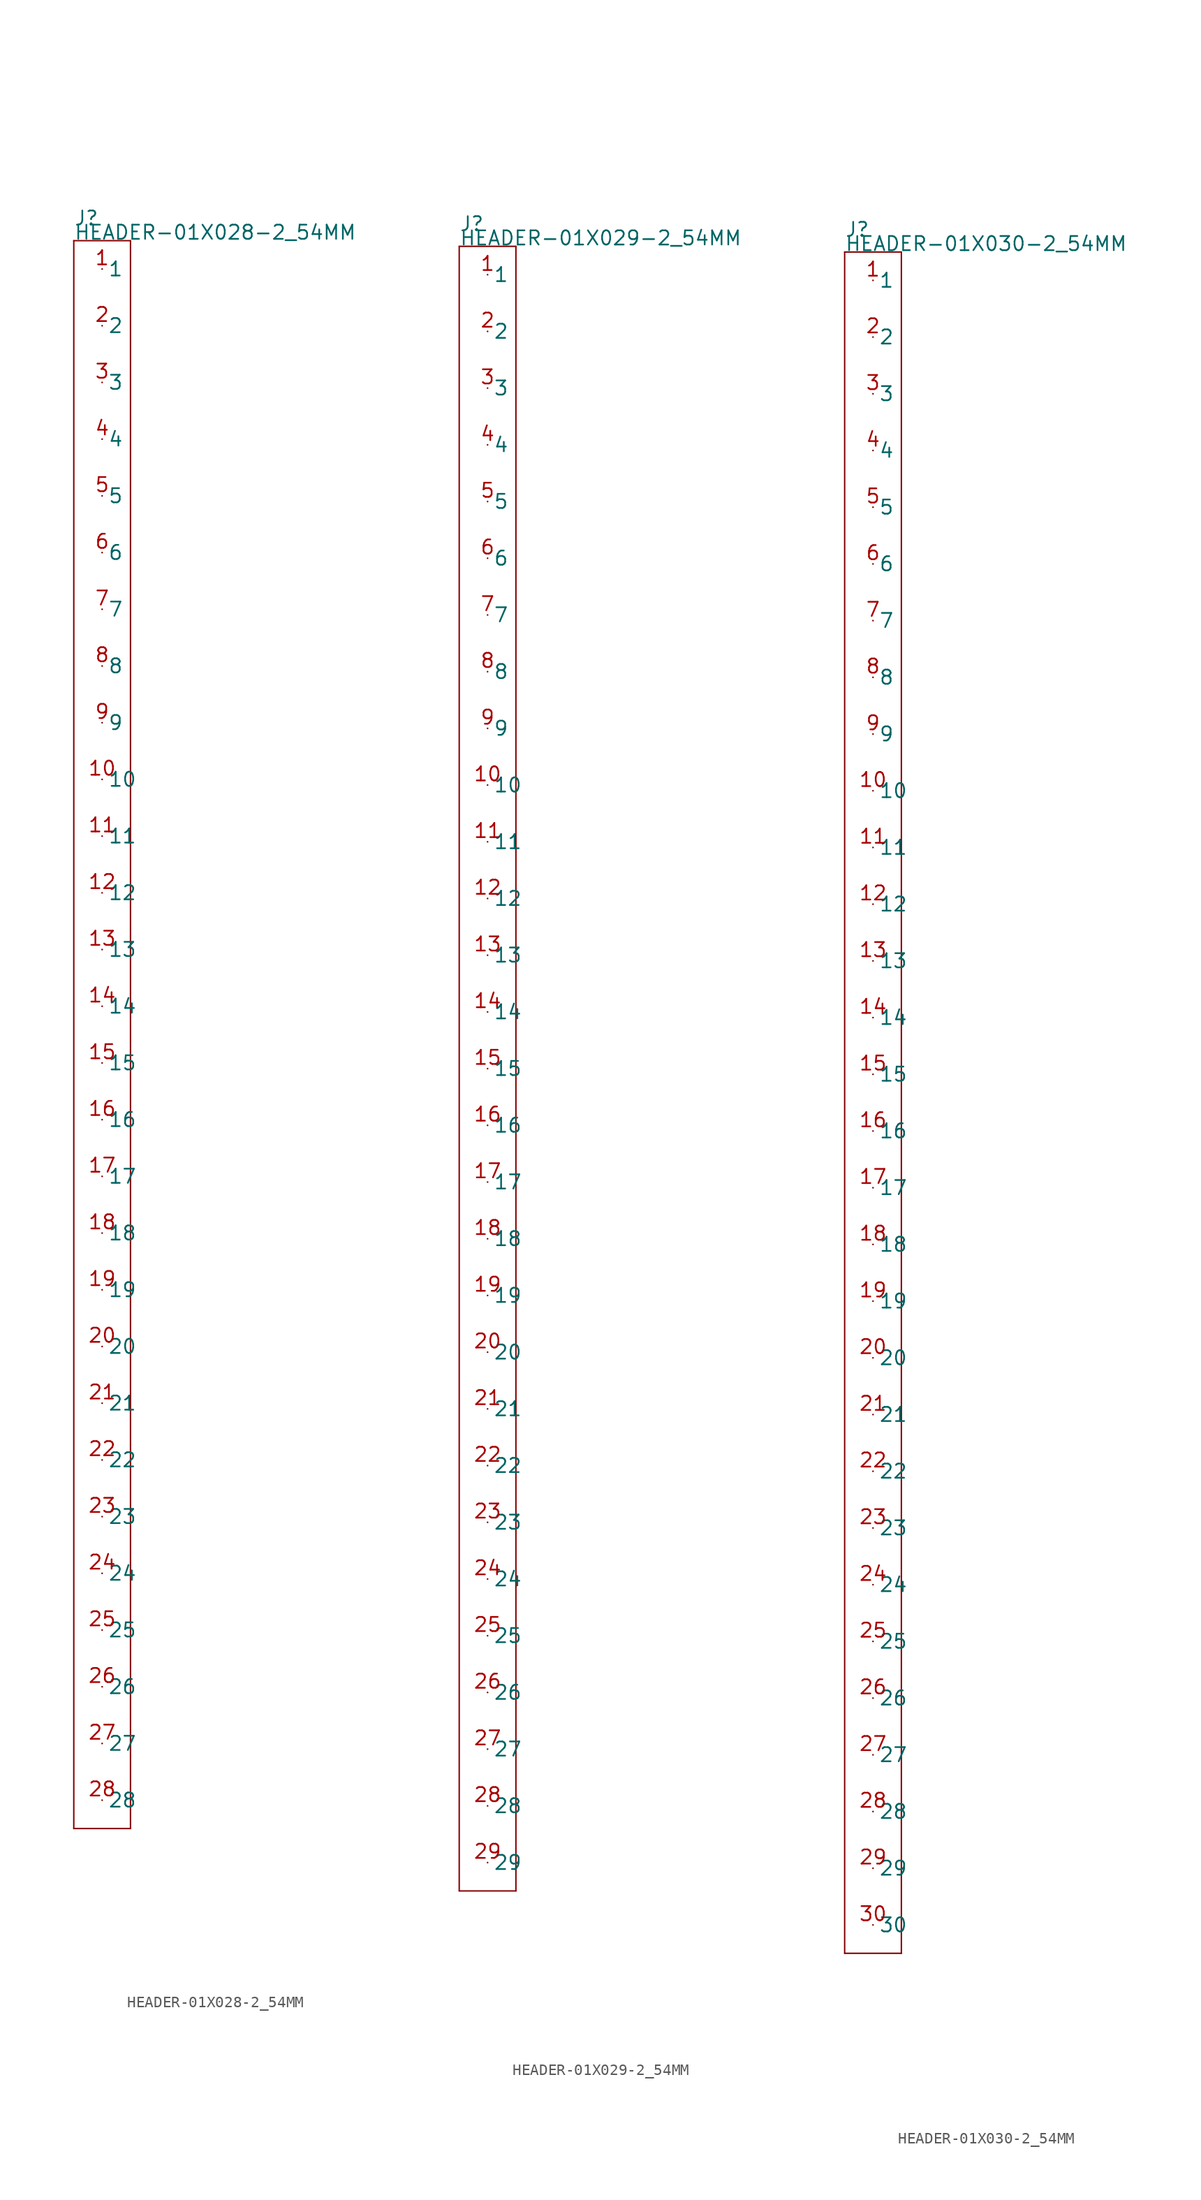
<source format=kicad_sym>
(kicad_symbol_lib
  (version 20211014)
  (generator kicad_symbol_editor)
  (symbol "HEADER-01X028-2_54MM"
    (pin_names)
    (property "Reference" "J"
      (at -2.54 72.39 0)
      (effects (font (size 1.27 1.27)) (justify left bottom)))
    (property "Value" "HEADER-01X028-2_54MM"
      (at -2.54 71.12 0)
      (effects (font (size 1.27 1.27)) (justify left bottom)))
    (property "Datasheet" ""
      (at 0 0 0))
    (property "ki_description" "Header 1x28  - Header Vertical 28POS 2.54MM Technical Specifications: Pitch: 0.1\" (2.54mm) "
      (at 0 0 0))
    (property "ki_fp_filters" "FlashPCB_Connectors:HEADER-THT-01X028-2_54MM FlashPCB_Connectors:HEADER-THT-LONG-01X028-2_54MM FlashPCB_Connectors:HEADER-THT-NOSILK-01X028-2_54MM FlashPCB_Connectors:HEADER-THT-LONG-NOSILK-01X028-2_54MM"
      (at 0 0 0))
    (symbol "HEADER-01X028-2_54MM_1_1"
      (polyline (pts (xy -2.54 71.12) (xy 2.54 71.12)) (stroke (width 0.127)) (fill (type none)))
      (polyline (pts (xy 2.54 71.12) (xy 2.54 -71.12)) (stroke (width 0.127)) (fill (type none)))
      (polyline (pts (xy 2.54 -71.12) (xy -2.54 -71.12)) (stroke (width 0.127)) (fill (type none)))
      (polyline (pts (xy -2.54 -71.12) (xy -2.54 71.12)) (stroke (width 0.127)) (fill (type none)))
      (pin bidirectional line (at 0 68.58 0) (length 0) (name "1" (effects (font (size 1.27 1.27)))) (number "1" (effects (font (size 1.27 1.27)))))
      (pin bidirectional line (at 0 63.5 0) (length 0) (name "2" (effects (font (size 1.27 1.27)))) (number "2" (effects (font (size 1.27 1.27)))))
      (pin bidirectional line (at 0 58.42 0) (length 0) (name "3" (effects (font (size 1.27 1.27)))) (number "3" (effects (font (size 1.27 1.27)))))
      (pin bidirectional line (at 0 53.34 0) (length 0) (name "4" (effects (font (size 1.27 1.27)))) (number "4" (effects (font (size 1.27 1.27)))))
      (pin bidirectional line (at 0 48.26 0) (length 0) (name "5" (effects (font (size 1.27 1.27)))) (number "5" (effects (font (size 1.27 1.27)))))
      (pin bidirectional line (at 0 43.18 0) (length 0) (name "6" (effects (font (size 1.27 1.27)))) (number "6" (effects (font (size 1.27 1.27)))))
      (pin bidirectional line (at 0 38.1 0) (length 0) (name "7" (effects (font (size 1.27 1.27)))) (number "7" (effects (font (size 1.27 1.27)))))
      (pin bidirectional line (at 0 33.02 0) (length 0) (name "8" (effects (font (size 1.27 1.27)))) (number "8" (effects (font (size 1.27 1.27)))))
      (pin bidirectional line (at 0 27.94 0) (length 0) (name "9" (effects (font (size 1.27 1.27)))) (number "9" (effects (font (size 1.27 1.27)))))
      (pin bidirectional line (at 0 22.86 0) (length 0) (name "10" (effects (font (size 1.27 1.27)))) (number "10" (effects (font (size 1.27 1.27)))))
      (pin bidirectional line (at 0 17.78 0) (length 0) (name "11" (effects (font (size 1.27 1.27)))) (number "11" (effects (font (size 1.27 1.27)))))
      (pin bidirectional line (at 0 12.7 0) (length 0) (name "12" (effects (font (size 1.27 1.27)))) (number "12" (effects (font (size 1.27 1.27)))))
      (pin bidirectional line (at 0 7.62 0) (length 0) (name "13" (effects (font (size 1.27 1.27)))) (number "13" (effects (font (size 1.27 1.27)))))
      (pin bidirectional line (at 0 2.54 0) (length 0) (name "14" (effects (font (size 1.27 1.27)))) (number "14" (effects (font (size 1.27 1.27)))))
      (pin bidirectional line (at 0 -2.54 0) (length 0) (name "15" (effects (font (size 1.27 1.27)))) (number "15" (effects (font (size 1.27 1.27)))))
      (pin bidirectional line (at 0 -7.62 0) (length 0) (name "16" (effects (font (size 1.27 1.27)))) (number "16" (effects (font (size 1.27 1.27)))))
      (pin bidirectional line (at 0 -12.7 0) (length 0) (name "17" (effects (font (size 1.27 1.27)))) (number "17" (effects (font (size 1.27 1.27)))))
      (pin bidirectional line (at 0 -17.78 0) (length 0) (name "18" (effects (font (size 1.27 1.27)))) (number "18" (effects (font (size 1.27 1.27)))))
      (pin bidirectional line (at 0 -22.86 0) (length 0) (name "19" (effects (font (size 1.27 1.27)))) (number "19" (effects (font (size 1.27 1.27)))))
      (pin bidirectional line (at 0 -27.94 0) (length 0) (name "20" (effects (font (size 1.27 1.27)))) (number "20" (effects (font (size 1.27 1.27)))))
      (pin bidirectional line (at 0 -33.02 0) (length 0) (name "21" (effects (font (size 1.27 1.27)))) (number "21" (effects (font (size 1.27 1.27)))))
      (pin bidirectional line (at 0 -38.1 0) (length 0) (name "22" (effects (font (size 1.27 1.27)))) (number "22" (effects (font (size 1.27 1.27)))))
      (pin bidirectional line (at 0 -43.18 0) (length 0) (name "23" (effects (font (size 1.27 1.27)))) (number "23" (effects (font (size 1.27 1.27)))))
      (pin bidirectional line (at 0 -48.26 0) (length 0) (name "24" (effects (font (size 1.27 1.27)))) (number "24" (effects (font (size 1.27 1.27)))))
      (pin bidirectional line (at 0 -53.34 0) (length 0) (name "25" (effects (font (size 1.27 1.27)))) (number "25" (effects (font (size 1.27 1.27)))))
      (pin bidirectional line (at 0 -58.42 0) (length 0) (name "26" (effects (font (size 1.27 1.27)))) (number "26" (effects (font (size 1.27 1.27)))))
      (pin bidirectional line (at 0 -63.5 0) (length 0) (name "27" (effects (font (size 1.27 1.27)))) (number "27" (effects (font (size 1.27 1.27)))))
      (pin bidirectional line (at 0 -68.58 0) (length 0) (name "28" (effects (font (size 1.27 1.27)))) (number "28" (effects (font (size 1.27 1.27)))))))
  (symbol "HEADER-01X029-2_54MM"
    (pin_names)
    (property "Reference" "J"
      (at -2.54 74.93 0)
      (effects (font (size 1.27 1.27)) (justify left bottom)))
    (property "Value" "HEADER-01X029-2_54MM"
      (at -2.54 73.66 0)
      (effects (font (size 1.27 1.27)) (justify left bottom)))
    (property "Datasheet" ""
      (at 0 0 0))
    (property "ki_description" "Header 1x29  - Header Vertical 29POS 2.54MM Technical Specifications: Pitch: 0.1\" (2.54mm) "
      (at 0 0 0))
    (property "ki_fp_filters" "FlashPCB_Connectors:HEADER-THT-01X029-2_54MM FlashPCB_Connectors:HEADER-THT-LONG-01X029-2_54MM FlashPCB_Connectors:HEADER-THT-NOSILK-01X029-2_54MM FlashPCB_Connectors:HEADER-THT-LONG-NOSILK-01X029-2_54MM"
      (at 0 0 0))
    (symbol "HEADER-01X029-2_54MM_1_1"
      (polyline (pts (xy -2.54 73.66) (xy 2.54 73.66)) (stroke (width 0.127)) (fill (type none)))
      (polyline (pts (xy 2.54 73.66) (xy 2.54 -73.66)) (stroke (width 0.127)) (fill (type none)))
      (polyline (pts (xy 2.54 -73.66) (xy -2.54 -73.66)) (stroke (width 0.127)) (fill (type none)))
      (polyline (pts (xy -2.54 -73.66) (xy -2.54 73.66)) (stroke (width 0.127)) (fill (type none)))
      (pin bidirectional line (at 0 71.12 0) (length 0) (name "1" (effects (font (size 1.27 1.27)))) (number "1" (effects (font (size 1.27 1.27)))))
      (pin bidirectional line (at 0 66.04 0) (length 0) (name "2" (effects (font (size 1.27 1.27)))) (number "2" (effects (font (size 1.27 1.27)))))
      (pin bidirectional line (at 0 60.96 0) (length 0) (name "3" (effects (font (size 1.27 1.27)))) (number "3" (effects (font (size 1.27 1.27)))))
      (pin bidirectional line (at 0 55.88 0) (length 0) (name "4" (effects (font (size 1.27 1.27)))) (number "4" (effects (font (size 1.27 1.27)))))
      (pin bidirectional line (at 0 50.8 0) (length 0) (name "5" (effects (font (size 1.27 1.27)))) (number "5" (effects (font (size 1.27 1.27)))))
      (pin bidirectional line (at 0 45.72 0) (length 0) (name "6" (effects (font (size 1.27 1.27)))) (number "6" (effects (font (size 1.27 1.27)))))
      (pin bidirectional line (at 0 40.64 0) (length 0) (name "7" (effects (font (size 1.27 1.27)))) (number "7" (effects (font (size 1.27 1.27)))))
      (pin bidirectional line (at 0 35.56 0) (length 0) (name "8" (effects (font (size 1.27 1.27)))) (number "8" (effects (font (size 1.27 1.27)))))
      (pin bidirectional line (at 0 30.48 0) (length 0) (name "9" (effects (font (size 1.27 1.27)))) (number "9" (effects (font (size 1.27 1.27)))))
      (pin bidirectional line (at 0 25.4 0) (length 0) (name "10" (effects (font (size 1.27 1.27)))) (number "10" (effects (font (size 1.27 1.27)))))
      (pin bidirectional line (at 0 20.32 0) (length 0) (name "11" (effects (font (size 1.27 1.27)))) (number "11" (effects (font (size 1.27 1.27)))))
      (pin bidirectional line (at 0 15.24 0) (length 0) (name "12" (effects (font (size 1.27 1.27)))) (number "12" (effects (font (size 1.27 1.27)))))
      (pin bidirectional line (at 0 10.16 0) (length 0) (name "13" (effects (font (size 1.27 1.27)))) (number "13" (effects (font (size 1.27 1.27)))))
      (pin bidirectional line (at 0 5.08 0) (length 0) (name "14" (effects (font (size 1.27 1.27)))) (number "14" (effects (font (size 1.27 1.27)))))
      (pin bidirectional line (at 0 0 0) (length 0) (name "15" (effects (font (size 1.27 1.27)))) (number "15" (effects (font (size 1.27 1.27)))))
      (pin bidirectional line (at 0 -5.08 0) (length 0) (name "16" (effects (font (size 1.27 1.27)))) (number "16" (effects (font (size 1.27 1.27)))))
      (pin bidirectional line (at 0 -10.16 0) (length 0) (name "17" (effects (font (size 1.27 1.27)))) (number "17" (effects (font (size 1.27 1.27)))))
      (pin bidirectional line (at 0 -15.24 0) (length 0) (name "18" (effects (font (size 1.27 1.27)))) (number "18" (effects (font (size 1.27 1.27)))))
      (pin bidirectional line (at 0 -20.32 0) (length 0) (name "19" (effects (font (size 1.27 1.27)))) (number "19" (effects (font (size 1.27 1.27)))))
      (pin bidirectional line (at 0 -25.4 0) (length 0) (name "20" (effects (font (size 1.27 1.27)))) (number "20" (effects (font (size 1.27 1.27)))))
      (pin bidirectional line (at 0 -30.48 0) (length 0) (name "21" (effects (font (size 1.27 1.27)))) (number "21" (effects (font (size 1.27 1.27)))))
      (pin bidirectional line (at 0 -35.56 0) (length 0) (name "22" (effects (font (size 1.27 1.27)))) (number "22" (effects (font (size 1.27 1.27)))))
      (pin bidirectional line (at 0 -40.64 0) (length 0) (name "23" (effects (font (size 1.27 1.27)))) (number "23" (effects (font (size 1.27 1.27)))))
      (pin bidirectional line (at 0 -45.72 0) (length 0) (name "24" (effects (font (size 1.27 1.27)))) (number "24" (effects (font (size 1.27 1.27)))))
      (pin bidirectional line (at 0 -50.8 0) (length 0) (name "25" (effects (font (size 1.27 1.27)))) (number "25" (effects (font (size 1.27 1.27)))))
      (pin bidirectional line (at 0 -55.88 0) (length 0) (name "26" (effects (font (size 1.27 1.27)))) (number "26" (effects (font (size 1.27 1.27)))))
      (pin bidirectional line (at 0 -60.96 0) (length 0) (name "27" (effects (font (size 1.27 1.27)))) (number "27" (effects (font (size 1.27 1.27)))))
      (pin bidirectional line (at 0 -66.04 0) (length 0) (name "28" (effects (font (size 1.27 1.27)))) (number "28" (effects (font (size 1.27 1.27)))))
      (pin bidirectional line (at 0 -71.12 0) (length 0) (name "29" (effects (font (size 1.27 1.27)))) (number "29" (effects (font (size 1.27 1.27)))))))
  (symbol "HEADER-01X030-2_54MM"
    (pin_names)
    (property "Reference" "J"
      (at -2.54 77.47 0)
      (effects (font (size 1.27 1.27)) (justify left bottom)))
    (property "Value" "HEADER-01X030-2_54MM"
      (at -2.54 76.2 0)
      (effects (font (size 1.27 1.27)) (justify left bottom)))
    (property "Datasheet" ""
      (at 0 0 0))
    (property "ki_description" "Header 1x30  - Header Vertical 30POS 2.54MM Technical Specifications: Pitch: 0.1\" (2.54mm) "
      (at 0 0 0))
    (property "ki_fp_filters" "FlashPCB_Connectors:HEADER-THT-01X030-2_54MM FlashPCB_Connectors:HEADER-THT-LONG-01X030-2_54MM FlashPCB_Connectors:HEADER-THT-NOSILK-01X030-2_54MM FlashPCB_Connectors:HEADER-THT-LONG-NOSILK-01X030-2_54MM"
      (at 0 0 0))
    (symbol "HEADER-01X030-2_54MM_1_1"
      (polyline (pts (xy -2.54 76.2) (xy 2.54 76.2)) (stroke (width 0.127)) (fill (type none)))
      (polyline (pts (xy 2.54 76.2) (xy 2.54 -76.2)) (stroke (width 0.127)) (fill (type none)))
      (polyline (pts (xy 2.54 -76.2) (xy -2.54 -76.2)) (stroke (width 0.127)) (fill (type none)))
      (polyline (pts (xy -2.54 -76.2) (xy -2.54 76.2)) (stroke (width 0.127)) (fill (type none)))
      (pin bidirectional line (at 0 73.66 0) (length 0) (name "1" (effects (font (size 1.27 1.27)))) (number "1" (effects (font (size 1.27 1.27)))))
      (pin bidirectional line (at 0 68.58 0) (length 0) (name "2" (effects (font (size 1.27 1.27)))) (number "2" (effects (font (size 1.27 1.27)))))
      (pin bidirectional line (at 0 63.5 0) (length 0) (name "3" (effects (font (size 1.27 1.27)))) (number "3" (effects (font (size 1.27 1.27)))))
      (pin bidirectional line (at 0 58.42 0) (length 0) (name "4" (effects (font (size 1.27 1.27)))) (number "4" (effects (font (size 1.27 1.27)))))
      (pin bidirectional line (at 0 53.34 0) (length 0) (name "5" (effects (font (size 1.27 1.27)))) (number "5" (effects (font (size 1.27 1.27)))))
      (pin bidirectional line (at 0 48.26 0) (length 0) (name "6" (effects (font (size 1.27 1.27)))) (number "6" (effects (font (size 1.27 1.27)))))
      (pin bidirectional line (at 0 43.18 0) (length 0) (name "7" (effects (font (size 1.27 1.27)))) (number "7" (effects (font (size 1.27 1.27)))))
      (pin bidirectional line (at 0 38.1 0) (length 0) (name "8" (effects (font (size 1.27 1.27)))) (number "8" (effects (font (size 1.27 1.27)))))
      (pin bidirectional line (at 0 33.02 0) (length 0) (name "9" (effects (font (size 1.27 1.27)))) (number "9" (effects (font (size 1.27 1.27)))))
      (pin bidirectional line (at 0 27.94 0) (length 0) (name "10" (effects (font (size 1.27 1.27)))) (number "10" (effects (font (size 1.27 1.27)))))
      (pin bidirectional line (at 0 22.86 0) (length 0) (name "11" (effects (font (size 1.27 1.27)))) (number "11" (effects (font (size 1.27 1.27)))))
      (pin bidirectional line (at 0 17.78 0) (length 0) (name "12" (effects (font (size 1.27 1.27)))) (number "12" (effects (font (size 1.27 1.27)))))
      (pin bidirectional line (at 0 12.7 0) (length 0) (name "13" (effects (font (size 1.27 1.27)))) (number "13" (effects (font (size 1.27 1.27)))))
      (pin bidirectional line (at 0 7.62 0) (length 0) (name "14" (effects (font (size 1.27 1.27)))) (number "14" (effects (font (size 1.27 1.27)))))
      (pin bidirectional line (at 0 2.54 0) (length 0) (name "15" (effects (font (size 1.27 1.27)))) (number "15" (effects (font (size 1.27 1.27)))))
      (pin bidirectional line (at 0 -2.54 0) (length 0) (name "16" (effects (font (size 1.27 1.27)))) (number "16" (effects (font (size 1.27 1.27)))))
      (pin bidirectional line (at 0 -7.62 0) (length 0) (name "17" (effects (font (size 1.27 1.27)))) (number "17" (effects (font (size 1.27 1.27)))))
      (pin bidirectional line (at 0 -12.7 0) (length 0) (name "18" (effects (font (size 1.27 1.27)))) (number "18" (effects (font (size 1.27 1.27)))))
      (pin bidirectional line (at 0 -17.78 0) (length 0) (name "19" (effects (font (size 1.27 1.27)))) (number "19" (effects (font (size 1.27 1.27)))))
      (pin bidirectional line (at 0 -22.86 0) (length 0) (name "20" (effects (font (size 1.27 1.27)))) (number "20" (effects (font (size 1.27 1.27)))))
      (pin bidirectional line (at 0 -27.94 0) (length 0) (name "21" (effects (font (size 1.27 1.27)))) (number "21" (effects (font (size 1.27 1.27)))))
      (pin bidirectional line (at 0 -33.02 0) (length 0) (name "22" (effects (font (size 1.27 1.27)))) (number "22" (effects (font (size 1.27 1.27)))))
      (pin bidirectional line (at 0 -38.1 0) (length 0) (name "23" (effects (font (size 1.27 1.27)))) (number "23" (effects (font (size 1.27 1.27)))))
      (pin bidirectional line (at 0 -43.18 0) (length 0) (name "24" (effects (font (size 1.27 1.27)))) (number "24" (effects (font (size 1.27 1.27)))))
      (pin bidirectional line (at 0 -48.26 0) (length 0) (name "25" (effects (font (size 1.27 1.27)))) (number "25" (effects (font (size 1.27 1.27)))))
      (pin bidirectional line (at 0 -53.34 0) (length 0) (name "26" (effects (font (size 1.27 1.27)))) (number "26" (effects (font (size 1.27 1.27)))))
      (pin bidirectional line (at 0 -58.42 0) (length 0) (name "27" (effects (font (size 1.27 1.27)))) (number "27" (effects (font (size 1.27 1.27)))))
      (pin bidirectional line (at 0 -63.5 0) (length 0) (name "28" (effects (font (size 1.27 1.27)))) (number "28" (effects (font (size 1.27 1.27)))))
      (pin bidirectional line (at 0 -68.58 0) (length 0) (name "29" (effects (font (size 1.27 1.27)))) (number "29" (effects (font (size 1.27 1.27)))))
      (pin bidirectional line (at 0 -73.66 0) (length 0) (name "30" (effects (font (size 1.27 1.27)))) (number "30" (effects (font (size 1.27 1.27))))))))
</source>
